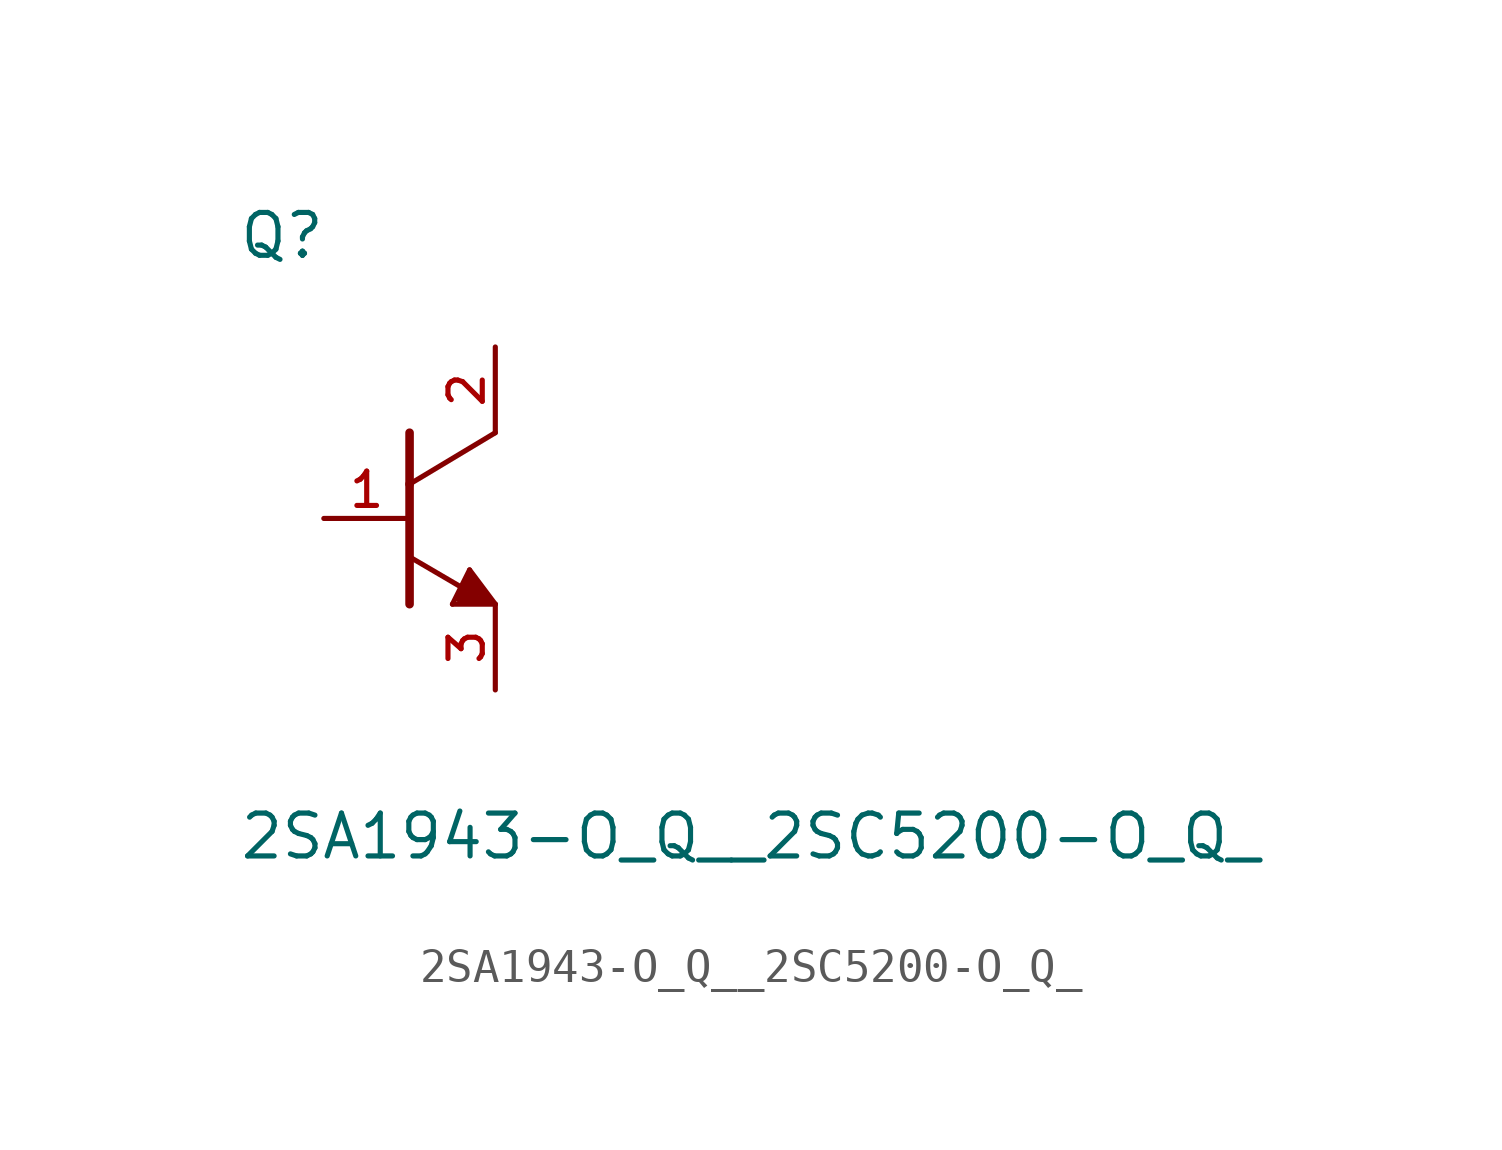
<source format=kicad_sym>
(kicad_symbol_lib
  (version 20211014)
  (generator kicad_symbol_editor)
  (symbol "2SA1943-O_Q__2SC5200-O_Q_"
    (pin_names
      (offset 1.016))
    (property "Reference" "Q"
      (at -5.088 7.633 0)
      (effects (font (size 1.27 1.27)) (justify bottom left)))
    (property "Value" "2SA1943-O_Q__2SC5200-O_Q_"
      (at -5.081 -10.162 0)
      (effects (font (size 1.27 1.27)) (justify bottom left)))
    (symbol "2SA1943-O_Q__2SC5200-O_Q__0_0"
      (polyline (pts (xy 2.54 2.54) (xy 0.0 1.016)) (stroke (width 0.152)))
      (polyline (pts (xy 1.778 -1.524) (xy 2.54 -2.54)) (stroke (width 0.152)))
      (polyline (pts (xy 2.54 -2.54) (xy 1.27 -2.54)) (stroke (width 0.152)))
      (polyline (pts (xy 1.27 -2.54) (xy 1.778 -1.524)) (stroke (width 0.152)))
      (polyline (pts (xy 1.54 -2.04) (xy 0.054 -1.17)) (stroke (width 0.152)))
      (polyline (pts (xy 1.524 -2.413) (xy 2.286 -2.413)) (stroke (width 0.254)))
      (polyline (pts (xy 2.286 -2.413) (xy 1.778 -1.778)) (stroke (width 0.254)))
      (polyline (pts (xy 1.778 -1.778) (xy 1.524 -2.286)) (stroke (width 0.254)))
      (polyline (pts (xy 1.524 -2.286) (xy 1.905 -2.286)) (stroke (width 0.254)))
      (polyline (pts (xy 1.905 -2.286) (xy 1.778 -2.032)) (stroke (width 0.254)))
      (polyline (pts (xy 0.0 2.54) (xy 0.0 1.016)) (stroke (width 0.254)))
      (polyline (pts (xy 0.0 1.016) (xy 0.0 -2.54)) (stroke (width 0.254)))
      (pin passive line (at -2.54 0.0 0) (length 2.54) (name "~" (effects (font (size 1.016 1.016)))) (number "1" (effects (font (size 1.016 1.016)))))
      (pin passive line (at 2.54 -5.08 90.0) (length 2.54) (name "~" (effects (font (size 1.016 1.016)))) (number "3" (effects (font (size 1.016 1.016)))))
      (pin passive line (at 2.54 5.08 270.0) (length 2.54) (name "~" (effects (font (size 1.016 1.016)))) (number "2" (effects (font (size 1.016 1.016))))))))
</source>
